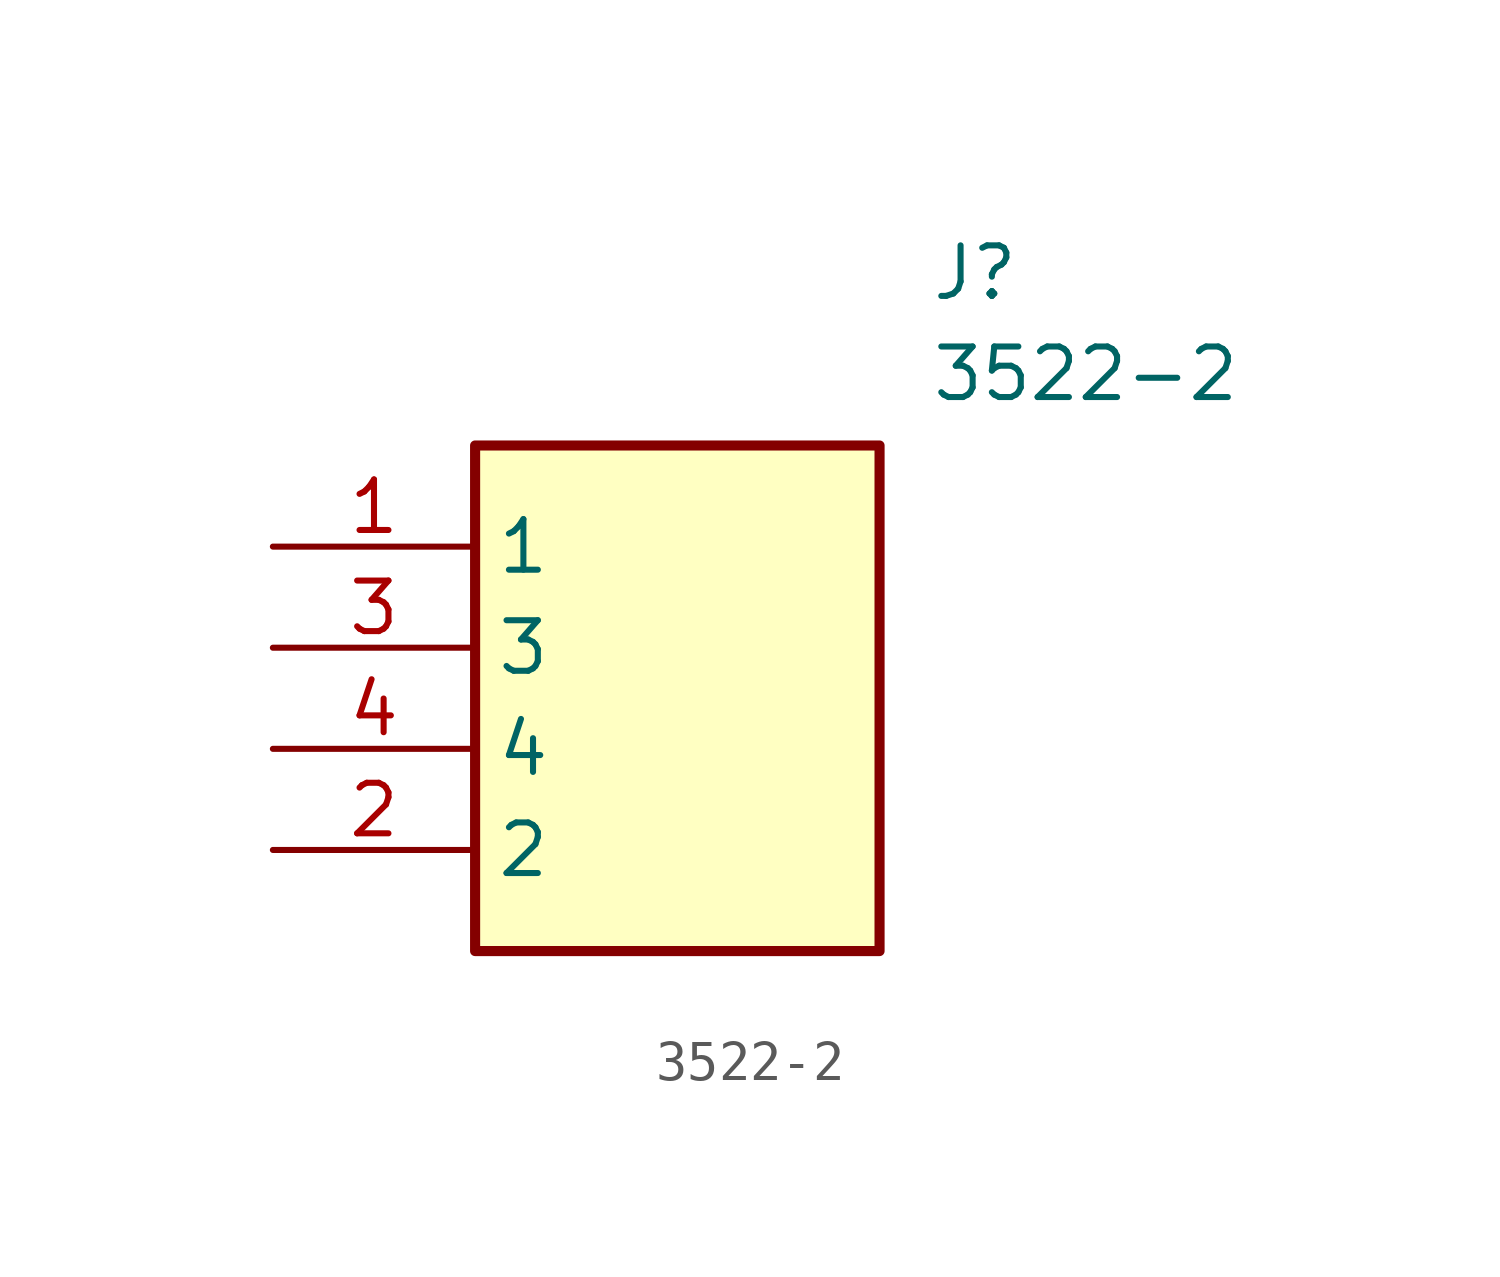
<source format=kicad_sym>
(kicad_symbol_lib
  (version 20211014)
  (generator SamacSys_ECAD_Model)
  (symbol "3522-2"
    (property "Reference" "J"
      (at 16.51 7.62 0)
      (effects (font (size 1.27 1.27)) (justify left top)))
    (property "Value" "3522-2"
      (at 16.51 5.08 0)
      (effects (font (size 1.27 1.27)) (justify left top)))
    (rectangle
      (start 5.08 2.54)
      (end 15.24 -10.16)
      (stroke (width 0.254) (type default))
      (fill (type background)))
    (pin passive line
      (at 0 0 0)
      (length 5.08)
      (name "1" (effects (font (size 1.27 1.27))))
      (number "1" (effects (font (size 1.27 1.27)))))
    (pin passive line
      (at 0 -7.62 0)
      (length 5.08)
      (name "2" (effects (font (size 1.27 1.27))))
      (number "2" (effects (font (size 1.27 1.27)))))
    (pin passive line
      (at 0 -2.54 0)
      (length 5.08)
      (name "3" (effects (font (size 1.27 1.27))))
      (number "3" (effects (font (size 1.27 1.27)))))
    (pin passive line
      (at 0 -5.08 0)
      (length 5.08)
      (name "4" (effects (font (size 1.27 1.27))))
      (number "4" (effects (font (size 1.27 1.27)))))))
</source>
